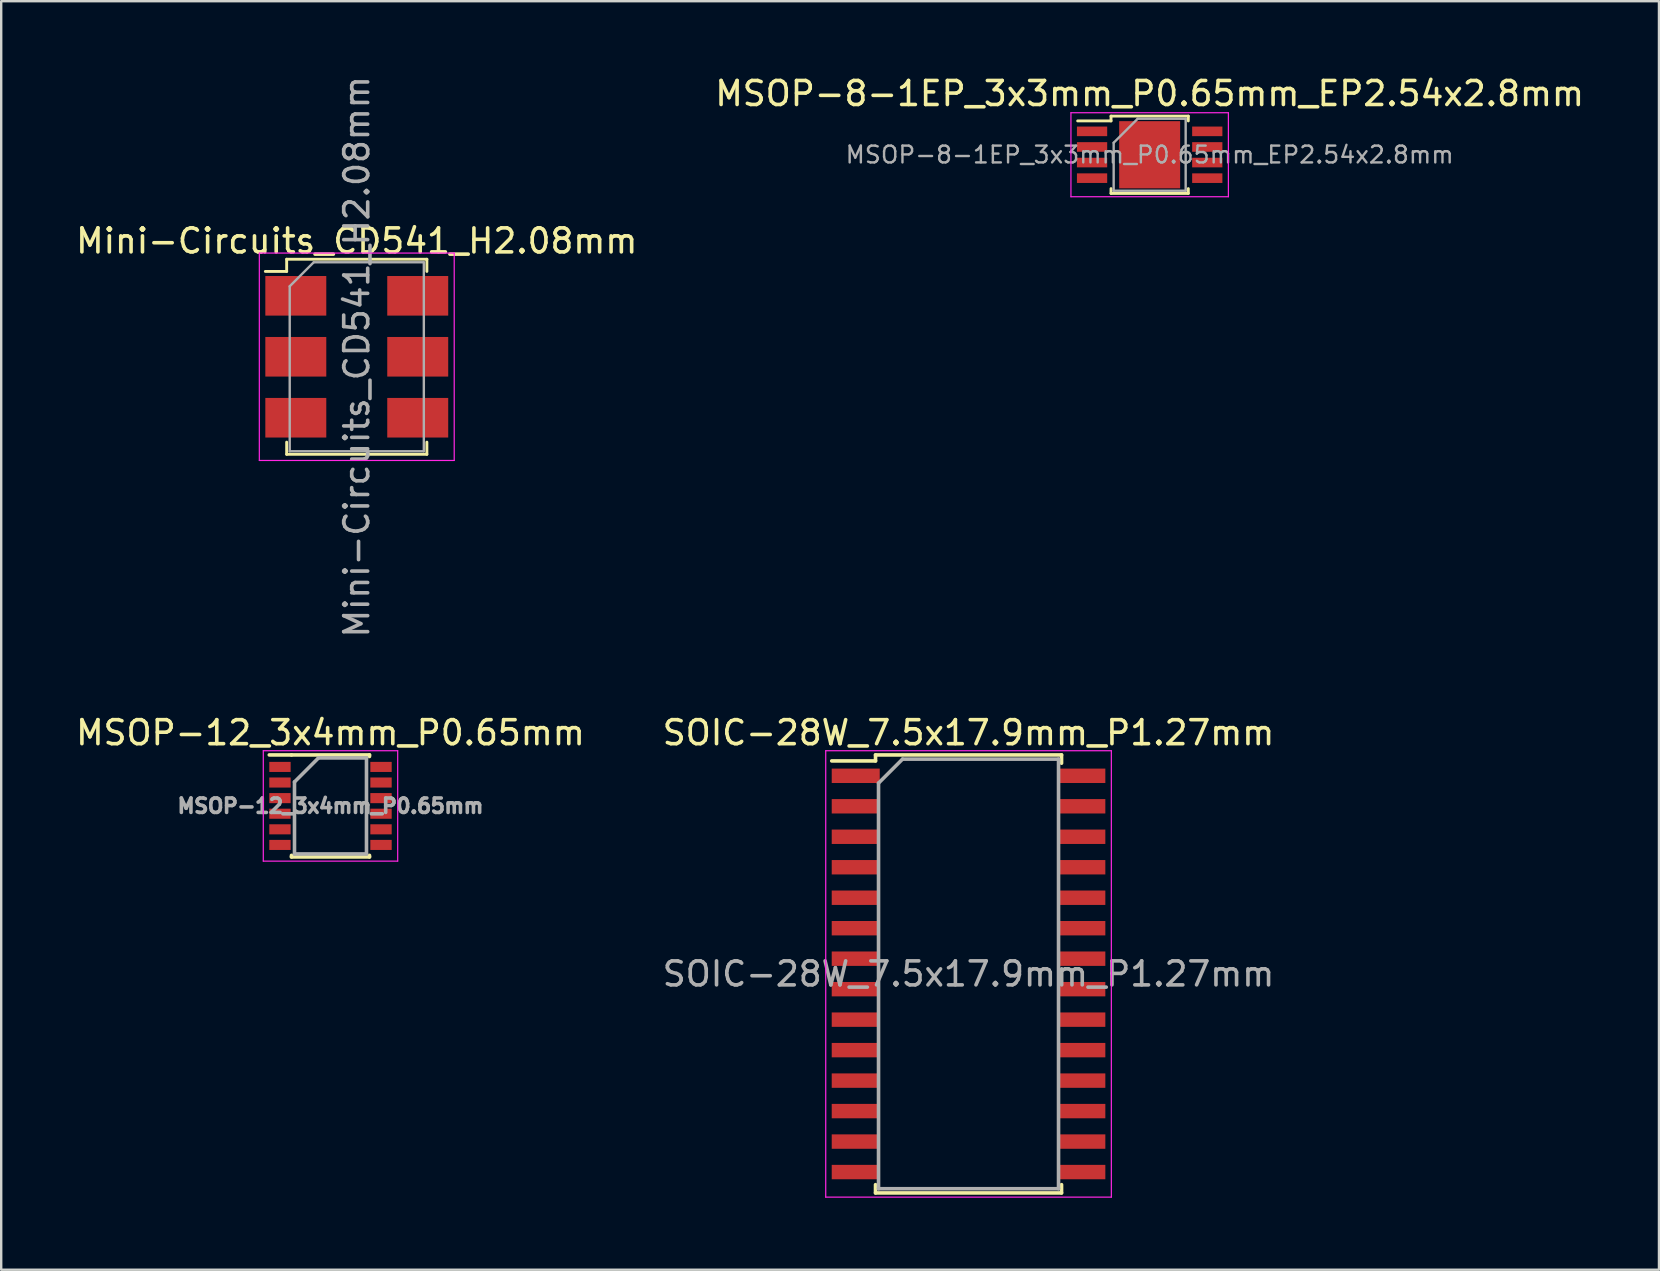
<source format=kicad_pcb>
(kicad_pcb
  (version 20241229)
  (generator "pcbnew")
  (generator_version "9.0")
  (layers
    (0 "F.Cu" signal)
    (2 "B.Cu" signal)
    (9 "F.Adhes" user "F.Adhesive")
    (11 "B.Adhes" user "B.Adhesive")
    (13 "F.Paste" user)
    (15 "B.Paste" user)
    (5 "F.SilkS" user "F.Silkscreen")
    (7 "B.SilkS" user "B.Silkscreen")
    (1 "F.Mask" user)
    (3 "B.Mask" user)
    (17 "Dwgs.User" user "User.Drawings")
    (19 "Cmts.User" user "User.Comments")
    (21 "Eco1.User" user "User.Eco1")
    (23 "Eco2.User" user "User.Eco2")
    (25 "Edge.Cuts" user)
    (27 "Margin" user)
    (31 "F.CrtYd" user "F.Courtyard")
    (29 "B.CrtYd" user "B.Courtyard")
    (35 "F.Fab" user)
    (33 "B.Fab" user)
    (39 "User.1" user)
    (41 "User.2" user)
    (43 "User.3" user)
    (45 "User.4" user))
  (footprint "MSOP-12_3x4mm_P0.65mm"
    (layer "F.Cu")
    (at 10.72 30.529)
    (property "Reference" "MSOP-12_3x4mm_P0.65mm" (at 0 -3.05 0) (layer "F.SilkS") (effects (font (size 1 1) (thickness 0.15))))
    (attr smd)
    (fp_line (start -1.625 -2.125) (end -2.55 -2.125) (stroke (width 0.15) (type solid)) (layer "F.SilkS"))
    (fp_line (start -1.625 -2.125) (end 1.625 -2.125) (stroke (width 0.15) (type solid)) (layer "F.SilkS"))
    (fp_line (start -1.625 2.125) (end -1.625 2.06) (stroke (width 0.15) (type solid)) (layer "F.SilkS"))
    (fp_line (start -1.625 2.125) (end 1.625 2.125) (stroke (width 0.15) (type solid)) (layer "F.SilkS"))
    (fp_line (start 1.625 -2.125) (end 1.625 -2.06) (stroke (width 0.15) (type solid)) (layer "F.SilkS"))
    (fp_line (start 1.625 2.125) (end 1.625 2.06) (stroke (width 0.15) (type solid)) (layer "F.SilkS"))
    (fp_line (start -2.8 -2.3) (end -2.8 2.3) (stroke (width 0.05) (type solid)) (layer "F.CrtYd"))
    (fp_line (start -2.8 -2.3) (end 2.8 -2.3) (stroke (width 0.05) (type solid)) (layer "F.CrtYd"))
    (fp_line (start -2.8 2.3) (end 2.8 2.3) (stroke (width 0.05) (type solid)) (layer "F.CrtYd"))
    (fp_line (start 2.8 -2.3) (end 2.8 2.3) (stroke (width 0.05) (type solid)) (layer "F.CrtYd"))
    (fp_line (start -1.5 -1) (end -0.5 -2) (stroke (width 0.15) (type solid)) (layer "F.Fab"))
    (fp_line (start -1.5 2) (end -1.5 -1) (stroke (width 0.15) (type solid)) (layer "F.Fab"))
    (fp_line (start -0.5 -2) (end 1.5 -2) (stroke (width 0.15) (type solid)) (layer "F.Fab"))
    (fp_line (start 1.5 -2) (end 1.5 2) (stroke (width 0.15) (type solid)) (layer "F.Fab"))
    (fp_line (start 1.5 2) (end -1.5 2) (stroke (width 0.15) (type solid)) (layer "F.Fab"))
    (fp_text user "${REFERENCE}" (at 0 0 0) (layer "F.Fab") (effects (font (size 0.6 0.6) (thickness 0.15))))
    (pad "1" smd rect (at -2.105 -1.625) (size 0.89 0.42) (layers "F.Cu" "F.Mask" "F.Paste"))
    (pad "2" smd rect (at -2.105 -0.975) (size 0.89 0.42) (layers "F.Cu" "F.Mask" "F.Paste"))
    (pad "3" smd rect (at -2.105 -0.325) (size 0.89 0.42) (layers "F.Cu" "F.Mask" "F.Paste"))
    (pad "4" smd rect (at -2.105 0.325) (size 0.89 0.42) (layers "F.Cu" "F.Mask" "F.Paste"))
    (pad "5" smd rect (at -2.105 0.975) (size 0.89 0.42) (layers "F.Cu" "F.Mask" "F.Paste"))
    (pad "6" smd rect (at -2.105 1.625) (size 0.89 0.42) (layers "F.Cu" "F.Mask" "F.Paste"))
    (pad "7" smd rect (at 2.105 1.625) (size 0.89 0.42) (layers "F.Cu" "F.Mask" "F.Paste"))
    (pad "8" smd rect (at 2.105 0.975) (size 0.89 0.42) (layers "F.Cu" "F.Mask" "F.Paste"))
    (pad "9" smd rect (at 2.105 0.325) (size 0.89 0.42) (layers "F.Cu" "F.Mask" "F.Paste"))
    (pad "10" smd rect (at 2.105 -0.325) (size 0.89 0.42) (layers "F.Cu" "F.Mask" "F.Paste"))
    (pad "11" smd rect (at 2.105 -0.975) (size 0.89 0.42) (layers "F.Cu" "F.Mask" "F.Paste"))
    (pad "12" smd rect (at 2.105 -1.625) (size 0.89 0.42) (layers "F.Cu" "F.Mask" "F.Paste")))
  (footprint "Mini-Circuits_CD541_H2.08mm"
    (layer "F.Cu")
    (at 11.815 11.815)
    (property "Reference" "Mini-Circuits_CD541_H2.08mm" (at 0 -4.826 0) (layer "F.SilkS") (effects (font (size 1 1) (thickness 0.15))))
    (attr smd)
    (fp_line (start -2.921 -4.064) (end -2.921 -3.556) (stroke (width 0.12) (type solid)) (layer "F.SilkS"))
    (fp_line (start -2.921 -3.556) (end -3.81 -3.556) (stroke (width 0.12) (type solid)) (layer "F.SilkS"))
    (fp_line (start -2.921 3.556) (end -2.921 4.064) (stroke (width 0.12) (type solid)) (layer "F.SilkS"))
    (fp_line (start -2.921 4.064) (end 2.921 4.064) (stroke (width 0.12) (type solid)) (layer "F.SilkS"))
    (fp_line (start 2.921 -4.064) (end -2.921 -4.064) (stroke (width 0.12) (type solid)) (layer "F.SilkS"))
    (fp_line (start 2.921 -3.556) (end 2.921 -4.064) (stroke (width 0.12) (type solid)) (layer "F.SilkS"))
    (fp_line (start 2.921 4.064) (end 2.921 3.556) (stroke (width 0.12) (type solid)) (layer "F.SilkS"))
    (fp_line (start -4.06 4.32) (end -4.06 -4.32) (stroke (width 0.05) (type solid)) (layer "F.CrtYd"))
    (fp_line (start 4.06 -4.32) (end -4.06 -4.32) (stroke (width 0.05) (type solid)) (layer "F.CrtYd"))
    (fp_line (start 4.06 4.32) (end -4.06 4.32) (stroke (width 0.05) (type solid)) (layer "F.CrtYd"))
    (fp_line (start 4.06 4.32) (end 4.06 -4.32) (stroke (width 0.05) (type solid)) (layer "F.CrtYd"))
    (fp_line (start -2.794 3.937) (end -2.794 -2.937) (stroke (width 0.1) (type solid)) (layer "F.Fab"))
    (fp_line (start -1.794 -3.937) (end -2.794 -2.937) (stroke (width 0.1) (type solid)) (layer "F.Fab"))
    (fp_line (start -1.794 -3.937) (end 2.794 -3.937) (stroke (width 0.1) (type solid)) (layer "F.Fab"))
    (fp_line (start 2.794 -3.937) (end 2.794 3.937) (stroke (width 0.1) (type solid)) (layer "F.Fab"))
    (fp_line (start 2.794 3.937) (end -2.794 3.937) (stroke (width 0.1) (type solid)) (layer "F.Fab"))
    (fp_text user "${REFERENCE}" (at 0 0 90) (layer "F.Fab") (effects (font (size 1 1) (thickness 0.15))))
    (pad "1" smd rect (at -2.54 -2.54) (size 2.54 1.65) (layers "F.Cu" "F.Mask" "F.Paste"))
    (pad "2" smd rect (at -2.54 0) (size 2.54 1.65) (layers "F.Cu" "F.Mask" "F.Paste"))
    (pad "3" smd rect (at -2.54 2.54) (size 2.54 1.65) (layers "F.Cu" "F.Mask" "F.Paste"))
    (pad "4" smd rect (at 2.54 2.54) (size 2.54 1.65) (layers "F.Cu" "F.Mask" "F.Paste"))
    (pad "5" smd rect (at 2.54 0) (size 2.54 1.65) (layers "F.Cu" "F.Mask" "F.Paste"))
    (pad "6" smd rect (at 2.54 -2.54) (size 2.54 1.65) (layers "F.Cu" "F.Mask" "F.Paste")))
  (footprint "SOIC-28W_7.5x17.9mm_P1.27mm"
    (layer "F.Cu")
    (at 37.304 37.529)
    (property "Reference" "SOIC-28W_7.5x17.9mm_P1.27mm" (at 0 -10.05 0) (layer "F.SilkS") (effects (font (size 1 1) (thickness 0.15))))
    (attr smd)
    (fp_line (start -3.875 -9.125) (end -3.875 -8.875) (stroke (width 0.15) (type solid)) (layer "F.SilkS"))
    (fp_line (start -3.875 -9.125) (end 3.875 -9.125) (stroke (width 0.15) (type solid)) (layer "F.SilkS"))
    (fp_line (start -3.875 -8.875) (end -5.7 -8.875) (stroke (width 0.15) (type solid)) (layer "F.SilkS"))
    (fp_line (start -3.875 9.125) (end -3.875 8.78) (stroke (width 0.15) (type solid)) (layer "F.SilkS"))
    (fp_line (start -3.875 9.125) (end 3.875 9.125) (stroke (width 0.15) (type solid)) (layer "F.SilkS"))
    (fp_line (start 3.875 -9.125) (end 3.875 -8.78) (stroke (width 0.15) (type solid)) (layer "F.SilkS"))
    (fp_line (start 3.875 9.125) (end 3.875 8.78) (stroke (width 0.15) (type solid)) (layer "F.SilkS"))
    (fp_line (start -5.95 -9.3) (end -5.95 9.3) (stroke (width 0.05) (type solid)) (layer "F.CrtYd"))
    (fp_line (start -5.95 -9.3) (end 5.95 -9.3) (stroke (width 0.05) (type solid)) (layer "F.CrtYd"))
    (fp_line (start -5.95 9.3) (end 5.95 9.3) (stroke (width 0.05) (type solid)) (layer "F.CrtYd"))
    (fp_line (start 5.95 -9.3) (end 5.95 9.3) (stroke (width 0.05) (type solid)) (layer "F.CrtYd"))
    (fp_line (start -3.75 -7.95) (end -2.75 -8.95) (stroke (width 0.15) (type solid)) (layer "F.Fab"))
    (fp_line (start -3.75 8.95) (end -3.75 -7.95) (stroke (width 0.15) (type solid)) (layer "F.Fab"))
    (fp_line (start -2.75 -8.95) (end 3.75 -8.95) (stroke (width 0.15) (type solid)) (layer "F.Fab"))
    (fp_line (start 3.75 -8.95) (end 3.75 8.95) (stroke (width 0.15) (type solid)) (layer "F.Fab"))
    (fp_line (start 3.75 8.95) (end -3.75 8.95) (stroke (width 0.15) (type solid)) (layer "F.Fab"))
    (fp_text user "${REFERENCE}" (at 0 0 0) (layer "F.Fab") (effects (font (size 1 1) (thickness 0.15))))
    (pad "1" smd rect (at -4.7 -8.255) (size 2 0.6) (layers "F.Cu" "F.Mask" "F.Paste"))
    (pad "2" smd rect (at -4.7 -6.985) (size 2 0.6) (layers "F.Cu" "F.Mask" "F.Paste"))
    (pad "3" smd rect (at -4.7 -5.715) (size 2 0.6) (layers "F.Cu" "F.Mask" "F.Paste"))
    (pad "4" smd rect (at -4.7 -4.445) (size 2 0.6) (layers "F.Cu" "F.Mask" "F.Paste"))
    (pad "5" smd rect (at -4.7 -3.175) (size 2 0.6) (layers "F.Cu" "F.Mask" "F.Paste"))
    (pad "6" smd rect (at -4.7 -1.905) (size 2 0.6) (layers "F.Cu" "F.Mask" "F.Paste"))
    (pad "7" smd rect (at -4.7 -0.635) (size 2 0.6) (layers "F.Cu" "F.Mask" "F.Paste"))
    (pad "8" smd rect (at -4.7 0.635) (size 2 0.6) (layers "F.Cu" "F.Mask" "F.Paste"))
    (pad "9" smd rect (at -4.7 1.905) (size 2 0.6) (layers "F.Cu" "F.Mask" "F.Paste"))
    (pad "10" smd rect (at -4.7 3.175) (size 2 0.6) (layers "F.Cu" "F.Mask" "F.Paste"))
    (pad "11" smd rect (at -4.7 4.445) (size 2 0.6) (layers "F.Cu" "F.Mask" "F.Paste"))
    (pad "12" smd rect (at -4.7 5.715) (size 2 0.6) (layers "F.Cu" "F.Mask" "F.Paste"))
    (pad "13" smd rect (at -4.7 6.985) (size 2 0.6) (layers "F.Cu" "F.Mask" "F.Paste"))
    (pad "14" smd rect (at -4.7 8.255) (size 2 0.6) (layers "F.Cu" "F.Mask" "F.Paste"))
    (pad "15" smd rect (at 4.7 8.255) (size 2 0.6) (layers "F.Cu" "F.Mask" "F.Paste"))
    (pad "16" smd rect (at 4.7 6.985) (size 2 0.6) (layers "F.Cu" "F.Mask" "F.Paste"))
    (pad "17" smd rect (at 4.7 5.715) (size 2 0.6) (layers "F.Cu" "F.Mask" "F.Paste"))
    (pad "18" smd rect (at 4.7 4.445) (size 2 0.6) (layers "F.Cu" "F.Mask" "F.Paste"))
    (pad "19" smd rect (at 4.7 3.175) (size 2 0.6) (layers "F.Cu" "F.Mask" "F.Paste"))
    (pad "20" smd rect (at 4.7 1.905) (size 2 0.6) (layers "F.Cu" "F.Mask" "F.Paste"))
    (pad "21" smd rect (at 4.7 0.635) (size 2 0.6) (layers "F.Cu" "F.Mask" "F.Paste"))
    (pad "22" smd rect (at 4.7 -0.635) (size 2 0.6) (layers "F.Cu" "F.Mask" "F.Paste"))
    (pad "23" smd rect (at 4.7 -1.905) (size 2 0.6) (layers "F.Cu" "F.Mask" "F.Paste"))
    (pad "24" smd rect (at 4.7 -3.175) (size 2 0.6) (layers "F.Cu" "F.Mask" "F.Paste"))
    (pad "25" smd rect (at 4.7 -4.445) (size 2 0.6) (layers "F.Cu" "F.Mask" "F.Paste"))
    (pad "26" smd rect (at 4.7 -5.715) (size 2 0.6) (layers "F.Cu" "F.Mask" "F.Paste"))
    (pad "27" smd rect (at 4.7 -6.985) (size 2 0.6) (layers "F.Cu" "F.Mask" "F.Paste"))
    (pad "28" smd rect (at 4.7 -8.255) (size 2 0.6) (layers "F.Cu" "F.Mask" "F.Paste")))
  (footprint "MSOP-8-1EP_3x3mm_P0.65mm_EP2.54x2.8mm"
    (layer "F.Cu")
    (at 44.851 3.398)
    (property "Reference" "MSOP-8-1EP_3x3mm_P0.65mm_EP2.54x2.8mm" (at 0 -2.55 0) (layer "F.SilkS") (effects (font (size 1 1) (thickness 0.15))))
    (attr smd)
    (fp_line (start -1.61 -1.61) (end -1.61 -1.41) (stroke (width 0.12) (type solid)) (layer "F.SilkS"))
    (fp_line (start -1.61 -1.61) (end 1.61 -1.61) (stroke (width 0.12) (type solid)) (layer "F.SilkS"))
    (fp_line (start -1.61 -1.41) (end -3 -1.41) (stroke (width 0.12) (type solid)) (layer "F.SilkS"))
    (fp_line (start -1.61 1.61) (end -1.61 1.41) (stroke (width 0.12) (type solid)) (layer "F.SilkS"))
    (fp_line (start -1.61 1.61) (end 1.61 1.61) (stroke (width 0.12) (type solid)) (layer "F.SilkS"))
    (fp_line (start 1.61 -1.61) (end 1.61 -1.41) (stroke (width 0.12) (type solid)) (layer "F.SilkS"))
    (fp_line (start 1.61 1.61) (end 1.61 1.41) (stroke (width 0.12) (type solid)) (layer "F.SilkS"))
    (fp_line (start -3.28 -1.75) (end -3.28 1.75) (stroke (width 0.05) (type solid)) (layer "F.CrtYd"))
    (fp_line (start -3.28 -1.75) (end 3.28 -1.75) (stroke (width 0.05) (type solid)) (layer "F.CrtYd"))
    (fp_line (start -3.28 1.75) (end 3.28 1.75) (stroke (width 0.05) (type solid)) (layer "F.CrtYd"))
    (fp_line (start 3.28 -1.75) (end 3.28 1.75) (stroke (width 0.05) (type solid)) (layer "F.CrtYd"))
    (fp_line (start -1.5 -0.5) (end -0.5 -1.5) (stroke (width 0.1) (type solid)) (layer "F.Fab"))
    (fp_line (start -1.5 1.5) (end -1.5 -0.5) (stroke (width 0.1) (type solid)) (layer "F.Fab"))
    (fp_line (start -0.5 -1.5) (end 1.5 -1.5) (stroke (width 0.1) (type solid)) (layer "F.Fab"))
    (fp_line (start 1.5 -1.5) (end 1.5 1.5) (stroke (width 0.1) (type solid)) (layer "F.Fab"))
    (fp_line (start 1.5 1.5) (end -1.5 1.5) (stroke (width 0.1) (type solid)) (layer "F.Fab"))
    (fp_text user "${REFERENCE}" (at 0 0 0) (layer "F.Fab") (effects (font (size 0.7 0.7) (thickness 0.1))))
    (pad "" smd rect (at 0 -1.025) (size 2.4 0.65) (layers "F.Paste"))
    (pad "" smd rect (at 0 0) (size 2.4 0.65) (layers "F.Paste"))
    (pad "" smd rect (at 0 1.025) (size 2.4 0.65) (layers "F.Paste"))
    (pad "1" smd rect (at -2.4 -0.975) (size 1.26 0.4) (layers "F.Cu" "F.Mask" "F.Paste"))
    (pad "2" smd rect (at -2.4 -0.325) (size 1.26 0.4) (layers "F.Cu" "F.Mask" "F.Paste"))
    (pad "3" smd rect (at -2.4 0.325) (size 1.26 0.4) (layers "F.Cu" "F.Mask" "F.Paste"))
    (pad "4" smd rect (at -2.4 0.975) (size 1.26 0.4) (layers "F.Cu" "F.Mask" "F.Paste"))
    (pad "5" smd rect (at 2.4 0.975) (size 1.26 0.4) (layers "F.Cu" "F.Mask" "F.Paste"))
    (pad "6" smd rect (at 2.4 0.325) (size 1.26 0.4) (layers "F.Cu" "F.Mask" "F.Paste"))
    (pad "7" smd rect (at 2.4 -0.325) (size 1.26 0.4) (layers "F.Cu" "F.Mask" "F.Paste"))
    (pad "8" smd rect (at 2.4 -0.975) (size 1.26 0.4) (layers "F.Cu" "F.Mask" "F.Paste"))
    (pad "9" smd rect (at 0 0) (size 2.54 2.8) (layers "F.Cu" "F.Mask")))
  (gr_rect
    (start -3 -3)
    (end 66.071 49.854)
    (stroke (width 0.1) (type default))
    (fill no)
    (layer "Edge.Cuts")))
</source>
